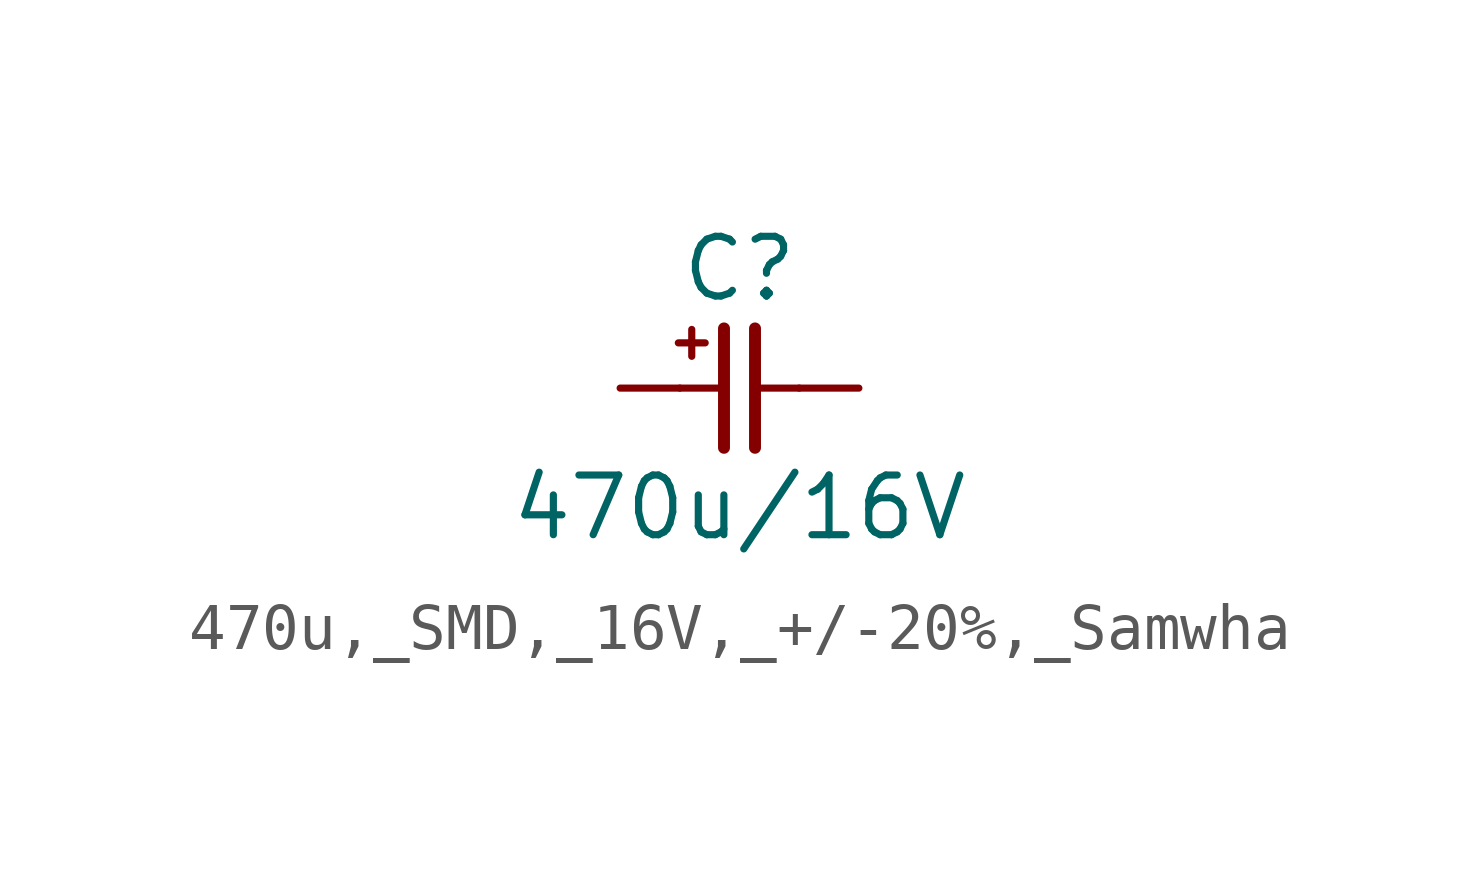
<source format=kicad_sym>
(kicad_symbol_lib
  (version 20241209)
  (generator "kicad_symbol_editor")
  (generator_version "9.0")
  (symbol "470u,_SMD,_16V,_+/-20%,_Samwha"
    (pin_numbers
      (hide yes))
    (pin_names
      (offset 0)
      (hide yes))
    (property "Reference" "C"
      (at 0 2.54 0)
      (effects (font (size 1.27 1.27))))
    (property "Value" "470u/16V"
      (at 0 -2.54 0)
      (effects (font (size 1.27 1.27))))
    (symbol "470u,_SMD,_16V,_+/-20%,_Samwha_0_0"
      (text "+" (at -1.016 1.016 0) (effects (font (size 0.75 0.75)))))
    (symbol "470u,_SMD,_16V,_+/-20%,_Samwha_0_1"
      (polyline (pts (xy -0.33 1.27) (xy -0.33 -1.27)) (stroke (width 0.254) (type default)) (fill (type none)))
      (polyline (pts (xy -0.318 0) (xy -1.27 0)) (stroke (width 0) (type default)) (fill (type none)))
      (polyline (pts (xy 0.33 1.27) (xy 0.33 -1.27)) (stroke (width 0.254) (type default)) (fill (type none)))
      (polyline (pts (xy 1.27 0) (xy 0.318 0)) (stroke (width 0) (type default)) (fill (type none))))
    (symbol "470u,_SMD,_16V,_+/-20%,_Samwha_1_1"
      (pin passive line (at -2.54 0 0) (length 1.27) (name "1" (effects (font (size 1.27 1.27)))) (number "1" (effects (font (size 1.27 1.27)))))
      (pin passive line (at 2.54 0 180) (length 1.27) (name "2" (effects (font (size 1.27 1.27)))) (number "2" (effects (font (size 1.27 1.27))))))))
</source>
